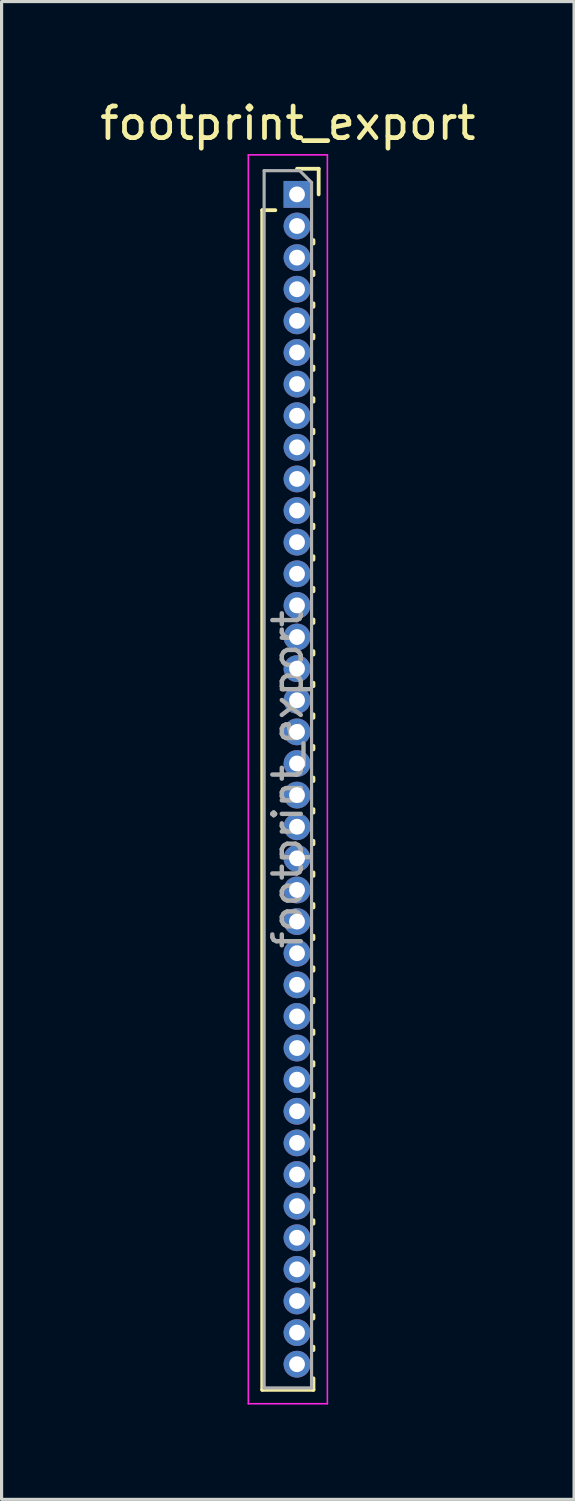
<source format=kicad_pcb>
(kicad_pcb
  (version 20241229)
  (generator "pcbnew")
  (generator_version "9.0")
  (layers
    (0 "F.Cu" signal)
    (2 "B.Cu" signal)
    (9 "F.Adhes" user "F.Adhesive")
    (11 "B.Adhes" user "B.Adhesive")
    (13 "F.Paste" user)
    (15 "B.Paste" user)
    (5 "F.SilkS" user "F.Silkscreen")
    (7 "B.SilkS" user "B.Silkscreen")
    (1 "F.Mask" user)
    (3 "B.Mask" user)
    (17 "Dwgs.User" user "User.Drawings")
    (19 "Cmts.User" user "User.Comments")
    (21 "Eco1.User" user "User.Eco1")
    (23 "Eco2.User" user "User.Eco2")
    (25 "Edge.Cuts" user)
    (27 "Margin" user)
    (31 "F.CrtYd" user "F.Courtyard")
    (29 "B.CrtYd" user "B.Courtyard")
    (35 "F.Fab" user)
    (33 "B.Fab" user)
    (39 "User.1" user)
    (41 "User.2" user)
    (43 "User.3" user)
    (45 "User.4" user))
  (footprint "footprint_export"
    (layer "F.Cu")
    (at 6.344 3.098)
    (property "Reference" "footprint_export" (at -0.29 -2.25 0) (layer "F.SilkS") (effects (font (size 1 1) (thickness 0.15))))
    (attr through_hole)
    (fp_line (start -1.1 0.5) (end -1.1 37.81) (stroke (width 0.12) (type solid)) (layer "F.SilkS"))
    (fp_line (start -1.1 0.5) (end -0.685 0.5) (stroke (width 0.12) (type solid)) (layer "F.SilkS"))
    (fp_line (start -1.1 37.81) (end 0.52 37.81) (stroke (width 0.12) (type solid)) (layer "F.SilkS"))
    (fp_line (start 0 -0.81) (end 0.685 -0.81) (stroke (width 0.12) (type solid)) (layer "F.SilkS"))
    (fp_line (start 0.52 1.446) (end 0.52 1.554) (stroke (width 0.12) (type solid)) (layer "F.SilkS"))
    (fp_line (start 0.52 2.446) (end 0.52 2.554) (stroke (width 0.12) (type solid)) (layer "F.SilkS"))
    (fp_line (start 0.52 3.446) (end 0.52 3.554) (stroke (width 0.12) (type solid)) (layer "F.SilkS"))
    (fp_line (start 0.52 4.446) (end 0.52 4.554) (stroke (width 0.12) (type solid)) (layer "F.SilkS"))
    (fp_line (start 0.52 5.446) (end 0.52 5.554) (stroke (width 0.12) (type solid)) (layer "F.SilkS"))
    (fp_line (start 0.52 6.446) (end 0.52 6.554) (stroke (width 0.12) (type solid)) (layer "F.SilkS"))
    (fp_line (start 0.52 7.446) (end 0.52 7.554) (stroke (width 0.12) (type solid)) (layer "F.SilkS"))
    (fp_line (start 0.52 8.446) (end 0.52 8.554) (stroke (width 0.12) (type solid)) (layer "F.SilkS"))
    (fp_line (start 0.52 9.446) (end 0.52 9.554) (stroke (width 0.12) (type solid)) (layer "F.SilkS"))
    (fp_line (start 0.52 10.446) (end 0.52 10.554) (stroke (width 0.12) (type solid)) (layer "F.SilkS"))
    (fp_line (start 0.52 11.446) (end 0.52 11.554) (stroke (width 0.12) (type solid)) (layer "F.SilkS"))
    (fp_line (start 0.52 12.446) (end 0.52 12.554) (stroke (width 0.12) (type solid)) (layer "F.SilkS"))
    (fp_line (start 0.52 13.446) (end 0.52 13.554) (stroke (width 0.12) (type solid)) (layer "F.SilkS"))
    (fp_line (start 0.52 14.446) (end 0.52 14.554) (stroke (width 0.12) (type solid)) (layer "F.SilkS"))
    (fp_line (start 0.52 15.446) (end 0.52 15.554) (stroke (width 0.12) (type solid)) (layer "F.SilkS"))
    (fp_line (start 0.52 16.446) (end 0.52 16.554) (stroke (width 0.12) (type solid)) (layer "F.SilkS"))
    (fp_line (start 0.52 17.446) (end 0.52 17.554) (stroke (width 0.12) (type solid)) (layer "F.SilkS"))
    (fp_line (start 0.52 18.446) (end 0.52 18.554) (stroke (width 0.12) (type solid)) (layer "F.SilkS"))
    (fp_line (start 0.52 19.446) (end 0.52 19.554) (stroke (width 0.12) (type solid)) (layer "F.SilkS"))
    (fp_line (start 0.52 20.446) (end 0.52 20.554) (stroke (width 0.12) (type solid)) (layer "F.SilkS"))
    (fp_line (start 0.52 21.446) (end 0.52 21.554) (stroke (width 0.12) (type solid)) (layer "F.SilkS"))
    (fp_line (start 0.52 22.446) (end 0.52 22.554) (stroke (width 0.12) (type solid)) (layer "F.SilkS"))
    (fp_line (start 0.52 23.446) (end 0.52 23.554) (stroke (width 0.12) (type solid)) (layer "F.SilkS"))
    (fp_line (start 0.52 24.446) (end 0.52 24.554) (stroke (width 0.12) (type solid)) (layer "F.SilkS"))
    (fp_line (start 0.52 25.446) (end 0.52 25.554) (stroke (width 0.12) (type solid)) (layer "F.SilkS"))
    (fp_line (start 0.52 26.446) (end 0.52 26.554) (stroke (width 0.12) (type solid)) (layer "F.SilkS"))
    (fp_line (start 0.52 27.446) (end 0.52 27.554) (stroke (width 0.12) (type solid)) (layer "F.SilkS"))
    (fp_line (start 0.52 28.446) (end 0.52 28.554) (stroke (width 0.12) (type solid)) (layer "F.SilkS"))
    (fp_line (start 0.52 29.446) (end 0.52 29.554) (stroke (width 0.12) (type solid)) (layer "F.SilkS"))
    (fp_line (start 0.52 30.446) (end 0.52 30.554) (stroke (width 0.12) (type solid)) (layer "F.SilkS"))
    (fp_line (start 0.52 31.446) (end 0.52 31.554) (stroke (width 0.12) (type solid)) (layer "F.SilkS"))
    (fp_line (start 0.52 32.446) (end 0.52 32.554) (stroke (width 0.12) (type solid)) (layer "F.SilkS"))
    (fp_line (start 0.52 33.446) (end 0.52 33.554) (stroke (width 0.12) (type solid)) (layer "F.SilkS"))
    (fp_line (start 0.52 34.446) (end 0.52 34.554) (stroke (width 0.12) (type solid)) (layer "F.SilkS"))
    (fp_line (start 0.52 35.446) (end 0.52 35.554) (stroke (width 0.12) (type solid)) (layer "F.SilkS"))
    (fp_line (start 0.52 36.446) (end 0.52 36.554) (stroke (width 0.12) (type solid)) (layer "F.SilkS"))
    (fp_line (start 0.52 37.446) (end 0.52 37.81) (stroke (width 0.12) (type solid)) (layer "F.SilkS"))
    (fp_line (start 0.685 -0.81) (end 0.685 0) (stroke (width 0.12) (type solid)) (layer "F.SilkS"))
    (fp_line (start -1.54 -1.25) (end 0.96 -1.25) (stroke (width 0.05) (type solid)) (layer "F.CrtYd"))
    (fp_line (start -1.54 38.25) (end -1.54 -1.25) (stroke (width 0.05) (type solid)) (layer "F.CrtYd"))
    (fp_line (start 0.96 -1.25) (end 0.96 38.25) (stroke (width 0.05) (type solid)) (layer "F.CrtYd"))
    (fp_line (start 0.96 38.25) (end -1.54 38.25) (stroke (width 0.05) (type solid)) (layer "F.CrtYd"))
    (fp_line (start -1.04 -0.75) (end 0.085 -0.75) (stroke (width 0.1) (type solid)) (layer "F.Fab"))
    (fp_line (start -1.04 37.75) (end -1.04 -0.75) (stroke (width 0.1) (type solid)) (layer "F.Fab"))
    (fp_line (start 0.085 -0.75) (end 0.46 -0.375) (stroke (width 0.1) (type solid)) (layer "F.Fab"))
    (fp_line (start 0.46 -0.375) (end 0.46 37.75) (stroke (width 0.1) (type solid)) (layer "F.Fab"))
    (fp_line (start 0.46 37.75) (end -1.04 37.75) (stroke (width 0.1) (type solid)) (layer "F.Fab"))
    (fp_text user "${REFERENCE}" (at -0.29 18.5 90) (layer "F.Fab") (effects (font (size 0.9 0.9) (thickness 0.14))))
    (pad "1" thru_hole rect (at 0 0) (size 0.85 0.85) (drill 0.5) (layers "*.Cu" "*.Mask"))
    (pad "2" thru_hole oval (at 0 1) (size 0.85 0.85) (drill 0.5) (layers "*.Cu" "*.Mask"))
    (pad "3" thru_hole oval (at 0 2) (size 0.85 0.85) (drill 0.5) (layers "*.Cu" "*.Mask"))
    (pad "4" thru_hole oval (at 0 3) (size 0.85 0.85) (drill 0.5) (layers "*.Cu" "*.Mask"))
    (pad "5" thru_hole oval (at 0 4) (size 0.85 0.85) (drill 0.5) (layers "*.Cu" "*.Mask"))
    (pad "6" thru_hole oval (at 0 5) (size 0.85 0.85) (drill 0.5) (layers "*.Cu" "*.Mask"))
    (pad "7" thru_hole oval (at 0 6) (size 0.85 0.85) (drill 0.5) (layers "*.Cu" "*.Mask"))
    (pad "8" thru_hole oval (at 0 7) (size 0.85 0.85) (drill 0.5) (layers "*.Cu" "*.Mask"))
    (pad "9" thru_hole oval (at 0 8) (size 0.85 0.85) (drill 0.5) (layers "*.Cu" "*.Mask"))
    (pad "10" thru_hole oval (at 0 9) (size 0.85 0.85) (drill 0.5) (layers "*.Cu" "*.Mask"))
    (pad "11" thru_hole oval (at 0 10) (size 0.85 0.85) (drill 0.5) (layers "*.Cu" "*.Mask"))
    (pad "12" thru_hole oval (at 0 11) (size 0.85 0.85) (drill 0.5) (layers "*.Cu" "*.Mask"))
    (pad "13" thru_hole oval (at 0 12) (size 0.85 0.85) (drill 0.5) (layers "*.Cu" "*.Mask"))
    (pad "14" thru_hole oval (at 0 13) (size 0.85 0.85) (drill 0.5) (layers "*.Cu" "*.Mask"))
    (pad "15" thru_hole oval (at 0 14) (size 0.85 0.85) (drill 0.5) (layers "*.Cu" "*.Mask"))
    (pad "16" thru_hole oval (at 0 15) (size 0.85 0.85) (drill 0.5) (layers "*.Cu" "*.Mask"))
    (pad "17" thru_hole oval (at 0 16) (size 0.85 0.85) (drill 0.5) (layers "*.Cu" "*.Mask"))
    (pad "18" thru_hole oval (at 0 17) (size 0.85 0.85) (drill 0.5) (layers "*.Cu" "*.Mask"))
    (pad "19" thru_hole oval (at 0 18) (size 0.85 0.85) (drill 0.5) (layers "*.Cu" "*.Mask"))
    (pad "20" thru_hole oval (at 0 19) (size 0.85 0.85) (drill 0.5) (layers "*.Cu" "*.Mask"))
    (pad "21" thru_hole oval (at 0 20) (size 0.85 0.85) (drill 0.5) (layers "*.Cu" "*.Mask"))
    (pad "22" thru_hole oval (at 0 21) (size 0.85 0.85) (drill 0.5) (layers "*.Cu" "*.Mask"))
    (pad "23" thru_hole oval (at 0 22) (size 0.85 0.85) (drill 0.5) (layers "*.Cu" "*.Mask"))
    (pad "24" thru_hole oval (at 0 23) (size 0.85 0.85) (drill 0.5) (layers "*.Cu" "*.Mask"))
    (pad "25" thru_hole oval (at 0 24) (size 0.85 0.85) (drill 0.5) (layers "*.Cu" "*.Mask"))
    (pad "26" thru_hole oval (at 0 25) (size 0.85 0.85) (drill 0.5) (layers "*.Cu" "*.Mask"))
    (pad "27" thru_hole oval (at 0 26) (size 0.85 0.85) (drill 0.5) (layers "*.Cu" "*.Mask"))
    (pad "28" thru_hole oval (at 0 27) (size 0.85 0.85) (drill 0.5) (layers "*.Cu" "*.Mask"))
    (pad "29" thru_hole oval (at 0 28) (size 0.85 0.85) (drill 0.5) (layers "*.Cu" "*.Mask"))
    (pad "30" thru_hole oval (at 0 29) (size 0.85 0.85) (drill 0.5) (layers "*.Cu" "*.Mask"))
    (pad "31" thru_hole oval (at 0 30) (size 0.85 0.85) (drill 0.5) (layers "*.Cu" "*.Mask"))
    (pad "32" thru_hole oval (at 0 31) (size 0.85 0.85) (drill 0.5) (layers "*.Cu" "*.Mask"))
    (pad "33" thru_hole oval (at 0 32) (size 0.85 0.85) (drill 0.5) (layers "*.Cu" "*.Mask"))
    (pad "34" thru_hole oval (at 0 33) (size 0.85 0.85) (drill 0.5) (layers "*.Cu" "*.Mask"))
    (pad "35" thru_hole oval (at 0 34) (size 0.85 0.85) (drill 0.5) (layers "*.Cu" "*.Mask"))
    (pad "36" thru_hole oval (at 0 35) (size 0.85 0.85) (drill 0.5) (layers "*.Cu" "*.Mask"))
    (pad "37" thru_hole oval (at 0 36) (size 0.85 0.85) (drill 0.5) (layers "*.Cu" "*.Mask"))
    (pad "38" thru_hole oval (at 0 37) (size 0.85 0.85) (drill 0.5) (layers "*.Cu" "*.Mask")))
  (gr_rect
    (start -3 -3)
    (end 15.107 44.373)
    (stroke (width 0.1) (type default))
    (fill no)
    (layer "Edge.Cuts")))
</source>
